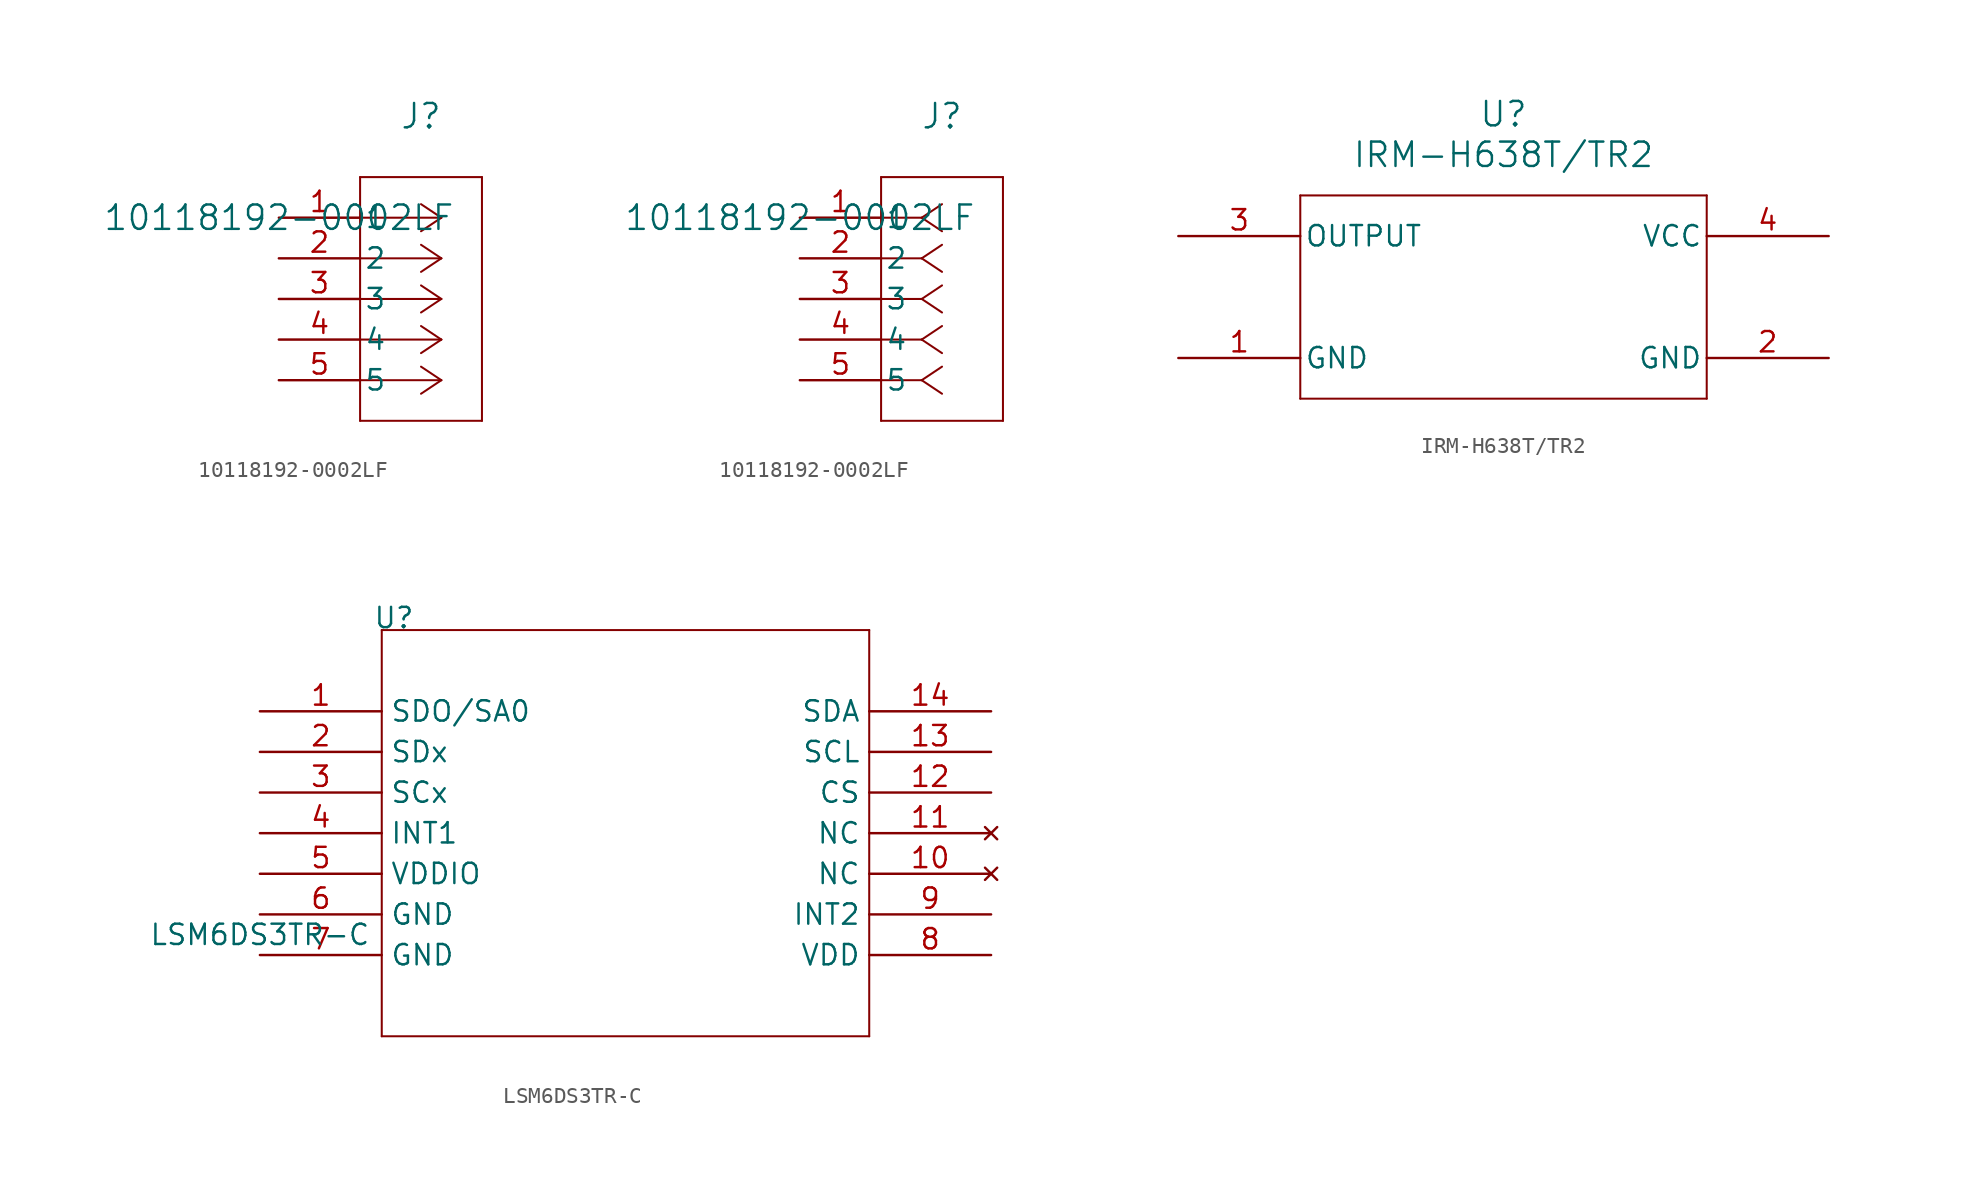
<source format=kicad_sym>
(kicad_symbol_lib
  (version 20231120)
  (generator "kicad_symbol_editor")
  (generator_version "8.0")
  (symbol "10118192-0002LF"
    (pin_names
      (offset 0.254))
    (property "Reference" "J"
      (at 8.89 6.35 0)
      (effects (font (size 1.524 1.524))))
    (property "Value" "10118192-0002LF"
      (at 0 0 0)
      (effects (font (size 1.524 1.524))))
    (property "ki_locked" ""
      (at 0 0 0)
      (effects (font (size 1.27 1.27))))
    (symbol "10118192-0002LF_1_1"
      (polyline (pts (xy 5.08 -12.7) (xy 12.7 -12.7)) (stroke (width 0.127) (type default)) (fill (type none)))
      (polyline (pts (xy 5.08 2.54) (xy 5.08 -12.7)) (stroke (width 0.127) (type default)) (fill (type none)))
      (polyline (pts (xy 10.16 -10.16) (xy 5.08 -10.16)) (stroke (width 0.127) (type default)) (fill (type none)))
      (polyline (pts (xy 10.16 -10.16) (xy 8.89 -11.007)) (stroke (width 0.127) (type default)) (fill (type none)))
      (polyline (pts (xy 10.16 -10.16) (xy 8.89 -9.313)) (stroke (width 0.127) (type default)) (fill (type none)))
      (polyline (pts (xy 10.16 -7.62) (xy 5.08 -7.62)) (stroke (width 0.127) (type default)) (fill (type none)))
      (polyline (pts (xy 10.16 -7.62) (xy 8.89 -8.467)) (stroke (width 0.127) (type default)) (fill (type none)))
      (polyline (pts (xy 10.16 -7.62) (xy 8.89 -6.773)) (stroke (width 0.127) (type default)) (fill (type none)))
      (polyline (pts (xy 10.16 -5.08) (xy 5.08 -5.08)) (stroke (width 0.127) (type default)) (fill (type none)))
      (polyline (pts (xy 10.16 -5.08) (xy 8.89 -5.927)) (stroke (width 0.127) (type default)) (fill (type none)))
      (polyline (pts (xy 10.16 -5.08) (xy 8.89 -4.233)) (stroke (width 0.127) (type default)) (fill (type none)))
      (polyline (pts (xy 10.16 -2.54) (xy 5.08 -2.54)) (stroke (width 0.127) (type default)) (fill (type none)))
      (polyline (pts (xy 10.16 -2.54) (xy 8.89 -3.387)) (stroke (width 0.127) (type default)) (fill (type none)))
      (polyline (pts (xy 10.16 -2.54) (xy 8.89 -1.693)) (stroke (width 0.127) (type default)) (fill (type none)))
      (polyline (pts (xy 10.16 0) (xy 5.08 0)) (stroke (width 0.127) (type default)) (fill (type none)))
      (polyline (pts (xy 10.16 0) (xy 8.89 -0.847)) (stroke (width 0.127) (type default)) (fill (type none)))
      (polyline (pts (xy 10.16 0) (xy 8.89 0.847)) (stroke (width 0.127) (type default)) (fill (type none)))
      (polyline (pts (xy 12.7 -12.7) (xy 12.7 2.54)) (stroke (width 0.127) (type default)) (fill (type none)))
      (polyline (pts (xy 12.7 2.54) (xy 5.08 2.54)) (stroke (width 0.127) (type default)) (fill (type none)))
      (pin unspecified line (at 0 0 0) (length 5.08) (name "1" (effects (font (size 1.27 1.27)))) (number "1" (effects (font (size 1.27 1.27)))))
      (pin unspecified line (at 0 -2.54 0) (length 5.08) (name "2" (effects (font (size 1.27 1.27)))) (number "2" (effects (font (size 1.27 1.27)))))
      (pin unspecified line (at 0 -5.08 0) (length 5.08) (name "3" (effects (font (size 1.27 1.27)))) (number "3" (effects (font (size 1.27 1.27)))))
      (pin unspecified line (at 0 -7.62 0) (length 5.08) (name "4" (effects (font (size 1.27 1.27)))) (number "4" (effects (font (size 1.27 1.27)))))
      (pin unspecified line (at 0 -10.16 0) (length 5.08) (name "5" (effects (font (size 1.27 1.27)))) (number "5" (effects (font (size 1.27 1.27))))))
    (symbol "10118192-0002LF_1_2"
      (polyline (pts (xy 5.08 -12.7) (xy 12.7 -12.7)) (stroke (width 0.127) (type default)) (fill (type none)))
      (polyline (pts (xy 5.08 2.54) (xy 5.08 -12.7)) (stroke (width 0.127) (type default)) (fill (type none)))
      (polyline (pts (xy 7.62 -10.16) (xy 5.08 -10.16)) (stroke (width 0.127) (type default)) (fill (type none)))
      (polyline (pts (xy 7.62 -10.16) (xy 8.89 -11.007)) (stroke (width 0.127) (type default)) (fill (type none)))
      (polyline (pts (xy 7.62 -10.16) (xy 8.89 -9.313)) (stroke (width 0.127) (type default)) (fill (type none)))
      (polyline (pts (xy 7.62 -7.62) (xy 5.08 -7.62)) (stroke (width 0.127) (type default)) (fill (type none)))
      (polyline (pts (xy 7.62 -7.62) (xy 8.89 -8.467)) (stroke (width 0.127) (type default)) (fill (type none)))
      (polyline (pts (xy 7.62 -7.62) (xy 8.89 -6.773)) (stroke (width 0.127) (type default)) (fill (type none)))
      (polyline (pts (xy 7.62 -5.08) (xy 5.08 -5.08)) (stroke (width 0.127) (type default)) (fill (type none)))
      (polyline (pts (xy 7.62 -5.08) (xy 8.89 -5.927)) (stroke (width 0.127) (type default)) (fill (type none)))
      (polyline (pts (xy 7.62 -5.08) (xy 8.89 -4.233)) (stroke (width 0.127) (type default)) (fill (type none)))
      (polyline (pts (xy 7.62 -2.54) (xy 5.08 -2.54)) (stroke (width 0.127) (type default)) (fill (type none)))
      (polyline (pts (xy 7.62 -2.54) (xy 8.89 -3.387)) (stroke (width 0.127) (type default)) (fill (type none)))
      (polyline (pts (xy 7.62 -2.54) (xy 8.89 -1.693)) (stroke (width 0.127) (type default)) (fill (type none)))
      (polyline (pts (xy 7.62 0) (xy 5.08 0)) (stroke (width 0.127) (type default)) (fill (type none)))
      (polyline (pts (xy 7.62 0) (xy 8.89 -0.847)) (stroke (width 0.127) (type default)) (fill (type none)))
      (polyline (pts (xy 7.62 0) (xy 8.89 0.847)) (stroke (width 0.127) (type default)) (fill (type none)))
      (polyline (pts (xy 12.7 -12.7) (xy 12.7 2.54)) (stroke (width 0.127) (type default)) (fill (type none)))
      (polyline (pts (xy 12.7 2.54) (xy 5.08 2.54)) (stroke (width 0.127) (type default)) (fill (type none)))
      (pin unspecified line (at 0 0 0) (length 5.08) (name "1" (effects (font (size 1.27 1.27)))) (number "1" (effects (font (size 1.27 1.27)))))
      (pin unspecified line (at 0 -2.54 0) (length 5.08) (name "2" (effects (font (size 1.27 1.27)))) (number "2" (effects (font (size 1.27 1.27)))))
      (pin unspecified line (at 0 -5.08 0) (length 5.08) (name "3" (effects (font (size 1.27 1.27)))) (number "3" (effects (font (size 1.27 1.27)))))
      (pin unspecified line (at 0 -7.62 0) (length 5.08) (name "4" (effects (font (size 1.27 1.27)))) (number "4" (effects (font (size 1.27 1.27)))))
      (pin unspecified line (at 0 -10.16 0) (length 5.08) (name "5" (effects (font (size 1.27 1.27)))) (number "5" (effects (font (size 1.27 1.27)))))))
  (symbol "IRM-H638T/TR2"
    (pin_names
      (offset 0.254))
    (property "Reference" "U"
      (at 20.32 10.16 0)
      (effects (font (size 1.524 1.524))))
    (property "Value" "IRM-H638T/TR2"
      (at 20.32 7.62 0)
      (effects (font (size 1.524 1.524))))
    (symbol "IRM-H638T/TR2_0_1"
      (polyline (pts (xy 7.62 -7.62) (xy 33.02 -7.62)) (stroke (width 0.127) (type default)) (fill (type none)))
      (polyline (pts (xy 7.62 5.08) (xy 7.62 -7.62)) (stroke (width 0.127) (type default)) (fill (type none)))
      (polyline (pts (xy 33.02 -7.62) (xy 33.02 5.08)) (stroke (width 0.127) (type default)) (fill (type none)))
      (polyline (pts (xy 33.02 5.08) (xy 7.62 5.08)) (stroke (width 0.127) (type default)) (fill (type none)))
      (pin power_out line (at 40.64 -5.08 180) (length 7.62) (name "GND" (effects (font (size 1.27 1.27)))) (number "2" (effects (font (size 1.27 1.27))))))
    (symbol "IRM-H638T/TR2_1_1"
      (pin power_out line (at 0 -5.08 0) (length 7.62) (name "GND" (effects (font (size 1.27 1.27)))) (number "1" (effects (font (size 1.27 1.27)))))
      (pin output line (at 0 2.54 0) (length 7.62) (name "OUTPUT" (effects (font (size 1.27 1.27)))) (number "3" (effects (font (size 1.27 1.27)))))
      (pin power_in line (at 40.64 2.54 180) (length 7.62) (name "VCC" (effects (font (size 1.27 1.27)))) (number "4" (effects (font (size 1.27 1.27)))))))
  (symbol "LSM6DS3TR-C"
    (property "Reference" "U"
      (at -15.748 12.192 0)
      (effects (font (size 1.27 1.27))))
    (property "Value" "LSM6DS3TR-C"
      (at -24.13 -7.62 0)
      (effects (font (size 1.27 1.27))))
    (symbol "LSM6DS3TR-C_0_1"
      (polyline (pts (xy -16.51 -13.97) (xy 13.97 -13.97)) (stroke (width 0.127) (type default)) (fill (type none)))
      (polyline (pts (xy -16.51 11.43) (xy -16.51 -13.97)) (stroke (width 0.127) (type default)) (fill (type none)))
      (polyline (pts (xy 13.97 -13.97) (xy 13.97 11.43)) (stroke (width 0.127) (type default)) (fill (type none)))
      (polyline (pts (xy 13.97 11.43) (xy -16.51 11.43)) (stroke (width 0.127) (type default)) (fill (type none)))
      (pin unspecified line (at -24.13 6.35 0) (length 7.62) (name "SDO/SA0" (effects (font (size 1.27 1.27)))) (number "1" (effects (font (size 1.27 1.27)))))
      (pin no_connect line (at 21.59 -3.81 180) (length 7.62) (name "NC" (effects (font (size 1.27 1.27)))) (number "10" (effects (font (size 1.27 1.27)))))
      (pin no_connect line (at 21.59 -1.27 180) (length 7.62) (name "NC" (effects (font (size 1.27 1.27)))) (number "11" (effects (font (size 1.27 1.27)))))
      (pin unspecified line (at 21.59 1.27 180) (length 7.62) (name "CS" (effects (font (size 1.27 1.27)))) (number "12" (effects (font (size 1.27 1.27)))))
      (pin unspecified line (at 21.59 3.81 180) (length 7.62) (name "SCL" (effects (font (size 1.27 1.27)))) (number "13" (effects (font (size 1.27 1.27)))))
      (pin unspecified line (at 21.59 6.35 180) (length 7.62) (name "SDA" (effects (font (size 1.27 1.27)))) (number "14" (effects (font (size 1.27 1.27)))))
      (pin unspecified line (at -24.13 3.81 0) (length 7.62) (name "SDx" (effects (font (size 1.27 1.27)))) (number "2" (effects (font (size 1.27 1.27)))))
      (pin unspecified line (at -24.13 1.27 0) (length 7.62) (name "SCx" (effects (font (size 1.27 1.27)))) (number "3" (effects (font (size 1.27 1.27)))))
      (pin input line (at -24.13 -1.27 0) (length 7.62) (name "INT1" (effects (font (size 1.27 1.27)))) (number "4" (effects (font (size 1.27 1.27)))))
      (pin power_in line (at -24.13 -3.81 0) (length 7.62) (name "VDDIO" (effects (font (size 1.27 1.27)))) (number "5" (effects (font (size 1.27 1.27)))))
      (pin power_out line (at -24.13 -6.35 0) (length 7.62) (name "GND" (effects (font (size 1.27 1.27)))) (number "6" (effects (font (size 1.27 1.27)))))
      (pin power_out line (at -24.13 -8.89 0) (length 7.62) (name "GND" (effects (font (size 1.27 1.27)))) (number "7" (effects (font (size 1.27 1.27)))))
      (pin power_in line (at 21.59 -8.89 180) (length 7.62) (name "VDD" (effects (font (size 1.27 1.27)))) (number "8" (effects (font (size 1.27 1.27)))))
      (pin input line (at 21.59 -6.35 180) (length 7.62) (name "INT2" (effects (font (size 1.27 1.27)))) (number "9" (effects (font (size 1.27 1.27))))))))
</source>
